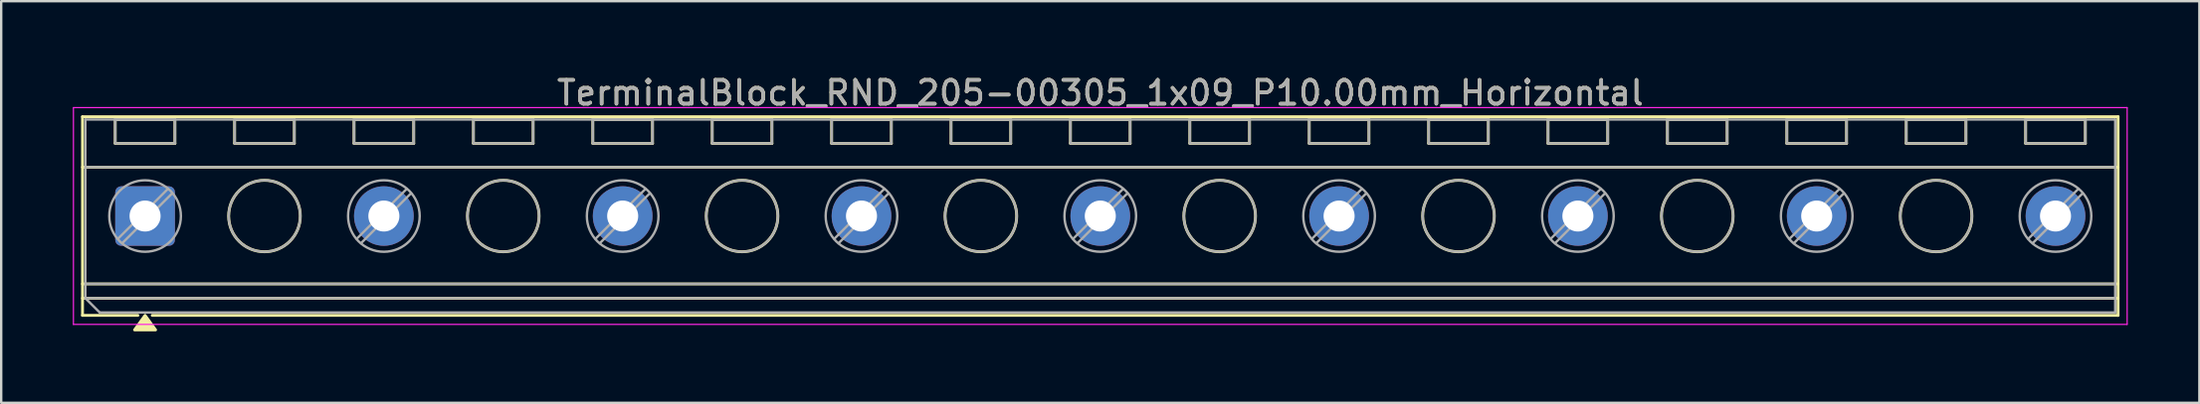
<source format=kicad_pcb>
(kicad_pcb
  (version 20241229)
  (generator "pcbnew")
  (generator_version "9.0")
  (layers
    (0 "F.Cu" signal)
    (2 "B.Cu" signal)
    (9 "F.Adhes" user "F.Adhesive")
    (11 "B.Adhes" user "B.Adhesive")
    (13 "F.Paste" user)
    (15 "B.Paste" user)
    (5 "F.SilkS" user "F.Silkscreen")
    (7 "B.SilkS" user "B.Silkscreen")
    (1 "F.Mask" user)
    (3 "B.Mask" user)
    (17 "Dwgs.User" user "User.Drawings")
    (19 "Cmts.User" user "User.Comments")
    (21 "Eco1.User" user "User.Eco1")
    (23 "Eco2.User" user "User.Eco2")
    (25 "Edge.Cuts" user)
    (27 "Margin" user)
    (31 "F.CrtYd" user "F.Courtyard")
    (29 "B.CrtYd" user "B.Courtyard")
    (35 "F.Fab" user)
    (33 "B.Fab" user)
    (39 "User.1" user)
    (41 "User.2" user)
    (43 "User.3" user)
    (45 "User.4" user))
  (footprint "TerminalBlock_RND_205-00305_1x09_P10.00mm_Horizontal"
    (layer "F.Cu")
    (at 3.025 6.018)
    (property "Reference" "TerminalBlock_RND_205-00305_1x09_P10.00mm_Horizontal" (at 40 -5.17 0) (layer "F.SilkS") (effects (font (size 1 1) (thickness 0.15))))
    (attr through_hole)
    (fp_line (start -2.62 -4.17) (end 82.62 -4.17) (stroke (width 0.12) (type solid)) (layer "F.SilkS"))
    (fp_line (start -2.62 -2.05) (end 82.62 -2.05) (stroke (width 0.12) (type solid)) (layer "F.SilkS"))
    (fp_line (start -2.62 2.85) (end 82.62 2.85) (stroke (width 0.12) (type solid)) (layer "F.SilkS"))
    (fp_line (start -2.62 3.45) (end 82.62 3.45) (stroke (width 0.12) (type solid)) (layer "F.SilkS"))
    (fp_line (start -2.62 4.17) (end -2.62 -4.17) (stroke (width 0.12) (type solid)) (layer "F.SilkS"))
    (fp_line (start -1.25 -4.05) (end 1.25 -4.05) (stroke (width 0.12) (type solid)) (layer "F.SilkS"))
    (fp_line (start -1.25 -3.05) (end -1.25 -4.05) (stroke (width 0.12) (type solid)) (layer "F.SilkS"))
    (fp_line (start -0.3 4.17) (end -2.62 4.17) (stroke (width 0.12) (type solid)) (layer "F.SilkS"))
    (fp_line (start 1.25 -4.05) (end 1.25 -3.05) (stroke (width 0.12) (type solid)) (layer "F.SilkS"))
    (fp_line (start 1.25 -3.05) (end -1.25 -3.05) (stroke (width 0.12) (type solid)) (layer "F.SilkS"))
    (fp_line (start 3.75 -4.05) (end 6.25 -4.05) (stroke (width 0.12) (type solid)) (layer "F.SilkS"))
    (fp_line (start 3.75 -3.05) (end 3.75 -4.05) (stroke (width 0.12) (type solid)) (layer "F.SilkS"))
    (fp_line (start 6.25 -4.05) (end 6.25 -3.05) (stroke (width 0.12) (type solid)) (layer "F.SilkS"))
    (fp_line (start 6.25 -3.05) (end 3.75 -3.05) (stroke (width 0.12) (type solid)) (layer "F.SilkS"))
    (fp_line (start 8.75 -4.05) (end 11.25 -4.05) (stroke (width 0.12) (type solid)) (layer "F.SilkS"))
    (fp_line (start 8.75 -3.05) (end 8.75 -4.05) (stroke (width 0.12) (type solid)) (layer "F.SilkS"))
    (fp_line (start 11.25 -4.05) (end 11.25 -3.05) (stroke (width 0.12) (type solid)) (layer "F.SilkS"))
    (fp_line (start 11.25 -3.05) (end 8.75 -3.05) (stroke (width 0.12) (type solid)) (layer "F.SilkS"))
    (fp_line (start 13.75 -4.05) (end 16.25 -4.05) (stroke (width 0.12) (type solid)) (layer "F.SilkS"))
    (fp_line (start 13.75 -3.05) (end 13.75 -4.05) (stroke (width 0.12) (type solid)) (layer "F.SilkS"))
    (fp_line (start 16.25 -4.05) (end 16.25 -3.05) (stroke (width 0.12) (type solid)) (layer "F.SilkS"))
    (fp_line (start 16.25 -3.05) (end 13.75 -3.05) (stroke (width 0.12) (type solid)) (layer "F.SilkS"))
    (fp_line (start 18.75 -4.05) (end 21.25 -4.05) (stroke (width 0.12) (type solid)) (layer "F.SilkS"))
    (fp_line (start 18.75 -3.05) (end 18.75 -4.05) (stroke (width 0.12) (type solid)) (layer "F.SilkS"))
    (fp_line (start 21.25 -4.05) (end 21.25 -3.05) (stroke (width 0.12) (type solid)) (layer "F.SilkS"))
    (fp_line (start 21.25 -3.05) (end 18.75 -3.05) (stroke (width 0.12) (type solid)) (layer "F.SilkS"))
    (fp_line (start 23.75 -4.05) (end 26.25 -4.05) (stroke (width 0.12) (type solid)) (layer "F.SilkS"))
    (fp_line (start 23.75 -3.05) (end 23.75 -4.05) (stroke (width 0.12) (type solid)) (layer "F.SilkS"))
    (fp_line (start 26.25 -4.05) (end 26.25 -3.05) (stroke (width 0.12) (type solid)) (layer "F.SilkS"))
    (fp_line (start 26.25 -3.05) (end 23.75 -3.05) (stroke (width 0.12) (type solid)) (layer "F.SilkS"))
    (fp_line (start 28.75 -4.05) (end 31.25 -4.05) (stroke (width 0.12) (type solid)) (layer "F.SilkS"))
    (fp_line (start 28.75 -3.05) (end 28.75 -4.05) (stroke (width 0.12) (type solid)) (layer "F.SilkS"))
    (fp_line (start 31.25 -4.05) (end 31.25 -3.05) (stroke (width 0.12) (type solid)) (layer "F.SilkS"))
    (fp_line (start 31.25 -3.05) (end 28.75 -3.05) (stroke (width 0.12) (type solid)) (layer "F.SilkS"))
    (fp_line (start 33.75 -4.05) (end 36.25 -4.05) (stroke (width 0.12) (type solid)) (layer "F.SilkS"))
    (fp_line (start 33.75 -3.05) (end 33.75 -4.05) (stroke (width 0.12) (type solid)) (layer "F.SilkS"))
    (fp_line (start 36.25 -4.05) (end 36.25 -3.05) (stroke (width 0.12) (type solid)) (layer "F.SilkS"))
    (fp_line (start 36.25 -3.05) (end 33.75 -3.05) (stroke (width 0.12) (type solid)) (layer "F.SilkS"))
    (fp_line (start 38.75 -4.05) (end 41.25 -4.05) (stroke (width 0.12) (type solid)) (layer "F.SilkS"))
    (fp_line (start 38.75 -3.05) (end 38.75 -4.05) (stroke (width 0.12) (type solid)) (layer "F.SilkS"))
    (fp_line (start 41.25 -4.05) (end 41.25 -3.05) (stroke (width 0.12) (type solid)) (layer "F.SilkS"))
    (fp_line (start 41.25 -3.05) (end 38.75 -3.05) (stroke (width 0.12) (type solid)) (layer "F.SilkS"))
    (fp_line (start 43.75 -4.05) (end 46.25 -4.05) (stroke (width 0.12) (type solid)) (layer "F.SilkS"))
    (fp_line (start 43.75 -3.05) (end 43.75 -4.05) (stroke (width 0.12) (type solid)) (layer "F.SilkS"))
    (fp_line (start 46.25 -4.05) (end 46.25 -3.05) (stroke (width 0.12) (type solid)) (layer "F.SilkS"))
    (fp_line (start 46.25 -3.05) (end 43.75 -3.05) (stroke (width 0.12) (type solid)) (layer "F.SilkS"))
    (fp_line (start 48.75 -4.05) (end 51.25 -4.05) (stroke (width 0.12) (type solid)) (layer "F.SilkS"))
    (fp_line (start 48.75 -3.05) (end 48.75 -4.05) (stroke (width 0.12) (type solid)) (layer "F.SilkS"))
    (fp_line (start 51.25 -4.05) (end 51.25 -3.05) (stroke (width 0.12) (type solid)) (layer "F.SilkS"))
    (fp_line (start 51.25 -3.05) (end 48.75 -3.05) (stroke (width 0.12) (type solid)) (layer "F.SilkS"))
    (fp_line (start 53.75 -4.05) (end 56.25 -4.05) (stroke (width 0.12) (type solid)) (layer "F.SilkS"))
    (fp_line (start 53.75 -3.05) (end 53.75 -4.05) (stroke (width 0.12) (type solid)) (layer "F.SilkS"))
    (fp_line (start 56.25 -4.05) (end 56.25 -3.05) (stroke (width 0.12) (type solid)) (layer "F.SilkS"))
    (fp_line (start 56.25 -3.05) (end 53.75 -3.05) (stroke (width 0.12) (type solid)) (layer "F.SilkS"))
    (fp_line (start 58.75 -4.05) (end 61.25 -4.05) (stroke (width 0.12) (type solid)) (layer "F.SilkS"))
    (fp_line (start 58.75 -3.05) (end 58.75 -4.05) (stroke (width 0.12) (type solid)) (layer "F.SilkS"))
    (fp_line (start 61.25 -4.05) (end 61.25 -3.05) (stroke (width 0.12) (type solid)) (layer "F.SilkS"))
    (fp_line (start 61.25 -3.05) (end 58.75 -3.05) (stroke (width 0.12) (type solid)) (layer "F.SilkS"))
    (fp_line (start 63.75 -4.05) (end 66.25 -4.05) (stroke (width 0.12) (type solid)) (layer "F.SilkS"))
    (fp_line (start 63.75 -3.05) (end 63.75 -4.05) (stroke (width 0.12) (type solid)) (layer "F.SilkS"))
    (fp_line (start 66.25 -4.05) (end 66.25 -3.05) (stroke (width 0.12) (type solid)) (layer "F.SilkS"))
    (fp_line (start 66.25 -3.05) (end 63.75 -3.05) (stroke (width 0.12) (type solid)) (layer "F.SilkS"))
    (fp_line (start 68.75 -4.05) (end 71.25 -4.05) (stroke (width 0.12) (type solid)) (layer "F.SilkS"))
    (fp_line (start 68.75 -3.05) (end 68.75 -4.05) (stroke (width 0.12) (type solid)) (layer "F.SilkS"))
    (fp_line (start 71.25 -4.05) (end 71.25 -3.05) (stroke (width 0.12) (type solid)) (layer "F.SilkS"))
    (fp_line (start 71.25 -3.05) (end 68.75 -3.05) (stroke (width 0.12) (type solid)) (layer "F.SilkS"))
    (fp_line (start 73.75 -4.05) (end 76.25 -4.05) (stroke (width 0.12) (type solid)) (layer "F.SilkS"))
    (fp_line (start 73.75 -3.05) (end 73.75 -4.05) (stroke (width 0.12) (type solid)) (layer "F.SilkS"))
    (fp_line (start 76.25 -4.05) (end 76.25 -3.05) (stroke (width 0.12) (type solid)) (layer "F.SilkS"))
    (fp_line (start 76.25 -3.05) (end 73.75 -3.05) (stroke (width 0.12) (type solid)) (layer "F.SilkS"))
    (fp_line (start 78.75 -4.05) (end 81.25 -4.05) (stroke (width 0.12) (type solid)) (layer "F.SilkS"))
    (fp_line (start 78.75 -3.05) (end 78.75 -4.05) (stroke (width 0.12) (type solid)) (layer "F.SilkS"))
    (fp_line (start 81.25 -4.05) (end 81.25 -3.05) (stroke (width 0.12) (type solid)) (layer "F.SilkS"))
    (fp_line (start 81.25 -3.05) (end 78.75 -3.05) (stroke (width 0.12) (type solid)) (layer "F.SilkS"))
    (fp_line (start 82.62 -4.17) (end 82.62 4.17) (stroke (width 0.12) (type solid)) (layer "F.SilkS"))
    (fp_line (start 82.62 4.17) (end 0.3 4.17) (stroke (width 0.12) (type solid)) (layer "F.SilkS"))
    (fp_circle (center 5 0) (end 6.5 0) (stroke (width 0.12) (type solid)) (fill no) (layer "F.SilkS"))
    (fp_circle (center 15 0) (end 16.5 0) (stroke (width 0.12) (type solid)) (fill no) (layer "F.SilkS"))
    (fp_circle (center 25 0) (end 26.5 0) (stroke (width 0.12) (type solid)) (fill no) (layer "F.SilkS"))
    (fp_circle (center 35 0) (end 36.5 0) (stroke (width 0.12) (type solid)) (fill no) (layer "F.SilkS"))
    (fp_circle (center 45 0) (end 46.5 0) (stroke (width 0.12) (type solid)) (fill no) (layer "F.SilkS"))
    (fp_circle (center 55 0) (end 56.5 0) (stroke (width 0.12) (type solid)) (fill no) (layer "F.SilkS"))
    (fp_circle (center 65 0) (end 66.5 0) (stroke (width 0.12) (type solid)) (fill no) (layer "F.SilkS"))
    (fp_circle (center 75 0) (end 76.5 0) (stroke (width 0.12) (type solid)) (fill no) (layer "F.SilkS"))
    (fp_poly (pts (xy 0 4.17) (xy 0.44 4.78) (xy -0.44 4.78)) (stroke (width 0.12) (type solid)) (fill yes) (layer "F.SilkS"))
    (fp_line (start -3 -4.55) (end -3 4.55) (stroke (width 0.05) (type solid)) (layer "F.CrtYd"))
    (fp_line (start -3 4.55) (end 83 4.55) (stroke (width 0.05) (type solid)) (layer "F.CrtYd"))
    (fp_line (start 83 -4.55) (end -3 -4.55) (stroke (width 0.05) (type solid)) (layer "F.CrtYd"))
    (fp_line (start 83 4.55) (end 83 -4.55) (stroke (width 0.05) (type solid)) (layer "F.CrtYd"))
    (fp_line (start -2.5 -4.05) (end 82.5 -4.05) (stroke (width 0.1) (type solid)) (layer "F.Fab"))
    (fp_line (start -2.5 -2.05) (end 82.5 -2.05) (stroke (width 0.1) (type solid)) (layer "F.Fab"))
    (fp_line (start -2.5 2.85) (end 82.5 2.85) (stroke (width 0.1) (type solid)) (layer "F.Fab"))
    (fp_line (start -2.5 3.45) (end -2.5 -4.05) (stroke (width 0.1) (type solid)) (layer "F.Fab"))
    (fp_line (start -2.5 3.45) (end 82.5 3.45) (stroke (width 0.1) (type solid)) (layer "F.Fab"))
    (fp_line (start -1.9 4.05) (end -2.5 3.45) (stroke (width 0.1) (type solid)) (layer "F.Fab"))
    (fp_line (start -1.25 -4.05) (end -1.25 -3.05) (stroke (width 0.1) (type solid)) (layer "F.Fab"))
    (fp_line (start -1.25 -3.05) (end 1.25 -3.05) (stroke (width 0.1) (type solid)) (layer "F.Fab"))
    (fp_line (start 0.955 -1.138) (end -1.138 0.955) (stroke (width 0.1) (type solid)) (layer "F.Fab"))
    (fp_line (start 1.138 -0.955) (end -0.955 1.138) (stroke (width 0.1) (type solid)) (layer "F.Fab"))
    (fp_line (start 1.25 -4.05) (end -1.25 -4.05) (stroke (width 0.1) (type solid)) (layer "F.Fab"))
    (fp_line (start 1.25 -3.05) (end 1.25 -4.05) (stroke (width 0.1) (type solid)) (layer "F.Fab"))
    (fp_line (start 3.75 -4.05) (end 3.75 -3.05) (stroke (width 0.1) (type solid)) (layer "F.Fab"))
    (fp_line (start 3.75 -3.05) (end 6.25 -3.05) (stroke (width 0.1) (type solid)) (layer "F.Fab"))
    (fp_line (start 6.25 -4.05) (end 3.75 -4.05) (stroke (width 0.1) (type solid)) (layer "F.Fab"))
    (fp_line (start 6.25 -3.05) (end 6.25 -4.05) (stroke (width 0.1) (type solid)) (layer "F.Fab"))
    (fp_line (start 8.75 -4.05) (end 8.75 -3.05) (stroke (width 0.1) (type solid)) (layer "F.Fab"))
    (fp_line (start 8.75 -3.05) (end 11.25 -3.05) (stroke (width 0.1) (type solid)) (layer "F.Fab"))
    (fp_line (start 10.955 -1.138) (end 8.862 0.955) (stroke (width 0.1) (type solid)) (layer "F.Fab"))
    (fp_line (start 11.138 -0.955) (end 9.045 1.138) (stroke (width 0.1) (type solid)) (layer "F.Fab"))
    (fp_line (start 11.25 -4.05) (end 8.75 -4.05) (stroke (width 0.1) (type solid)) (layer "F.Fab"))
    (fp_line (start 11.25 -3.05) (end 11.25 -4.05) (stroke (width 0.1) (type solid)) (layer "F.Fab"))
    (fp_line (start 13.75 -4.05) (end 13.75 -3.05) (stroke (width 0.1) (type solid)) (layer "F.Fab"))
    (fp_line (start 13.75 -3.05) (end 16.25 -3.05) (stroke (width 0.1) (type solid)) (layer "F.Fab"))
    (fp_line (start 16.25 -4.05) (end 13.75 -4.05) (stroke (width 0.1) (type solid)) (layer "F.Fab"))
    (fp_line (start 16.25 -3.05) (end 16.25 -4.05) (stroke (width 0.1) (type solid)) (layer "F.Fab"))
    (fp_line (start 18.75 -4.05) (end 18.75 -3.05) (stroke (width 0.1) (type solid)) (layer "F.Fab"))
    (fp_line (start 18.75 -3.05) (end 21.25 -3.05) (stroke (width 0.1) (type solid)) (layer "F.Fab"))
    (fp_line (start 20.955 -1.138) (end 18.862 0.955) (stroke (width 0.1) (type solid)) (layer "F.Fab"))
    (fp_line (start 21.138 -0.955) (end 19.045 1.138) (stroke (width 0.1) (type solid)) (layer "F.Fab"))
    (fp_line (start 21.25 -4.05) (end 18.75 -4.05) (stroke (width 0.1) (type solid)) (layer "F.Fab"))
    (fp_line (start 21.25 -3.05) (end 21.25 -4.05) (stroke (width 0.1) (type solid)) (layer "F.Fab"))
    (fp_line (start 23.75 -4.05) (end 23.75 -3.05) (stroke (width 0.1) (type solid)) (layer "F.Fab"))
    (fp_line (start 23.75 -3.05) (end 26.25 -3.05) (stroke (width 0.1) (type solid)) (layer "F.Fab"))
    (fp_line (start 26.25 -4.05) (end 23.75 -4.05) (stroke (width 0.1) (type solid)) (layer "F.Fab"))
    (fp_line (start 26.25 -3.05) (end 26.25 -4.05) (stroke (width 0.1) (type solid)) (layer "F.Fab"))
    (fp_line (start 28.75 -4.05) (end 28.75 -3.05) (stroke (width 0.1) (type solid)) (layer "F.Fab"))
    (fp_line (start 28.75 -3.05) (end 31.25 -3.05) (stroke (width 0.1) (type solid)) (layer "F.Fab"))
    (fp_line (start 30.955 -1.138) (end 28.862 0.955) (stroke (width 0.1) (type solid)) (layer "F.Fab"))
    (fp_line (start 31.138 -0.955) (end 29.045 1.138) (stroke (width 0.1) (type solid)) (layer "F.Fab"))
    (fp_line (start 31.25 -4.05) (end 28.75 -4.05) (stroke (width 0.1) (type solid)) (layer "F.Fab"))
    (fp_line (start 31.25 -3.05) (end 31.25 -4.05) (stroke (width 0.1) (type solid)) (layer "F.Fab"))
    (fp_line (start 33.75 -4.05) (end 33.75 -3.05) (stroke (width 0.1) (type solid)) (layer "F.Fab"))
    (fp_line (start 33.75 -3.05) (end 36.25 -3.05) (stroke (width 0.1) (type solid)) (layer "F.Fab"))
    (fp_line (start 36.25 -4.05) (end 33.75 -4.05) (stroke (width 0.1) (type solid)) (layer "F.Fab"))
    (fp_line (start 36.25 -3.05) (end 36.25 -4.05) (stroke (width 0.1) (type solid)) (layer "F.Fab"))
    (fp_line (start 38.75 -4.05) (end 38.75 -3.05) (stroke (width 0.1) (type solid)) (layer "F.Fab"))
    (fp_line (start 38.75 -3.05) (end 41.25 -3.05) (stroke (width 0.1) (type solid)) (layer "F.Fab"))
    (fp_line (start 40.955 -1.138) (end 38.862 0.955) (stroke (width 0.1) (type solid)) (layer "F.Fab"))
    (fp_line (start 41.138 -0.955) (end 39.045 1.138) (stroke (width 0.1) (type solid)) (layer "F.Fab"))
    (fp_line (start 41.25 -4.05) (end 38.75 -4.05) (stroke (width 0.1) (type solid)) (layer "F.Fab"))
    (fp_line (start 41.25 -3.05) (end 41.25 -4.05) (stroke (width 0.1) (type solid)) (layer "F.Fab"))
    (fp_line (start 43.75 -4.05) (end 43.75 -3.05) (stroke (width 0.1) (type solid)) (layer "F.Fab"))
    (fp_line (start 43.75 -3.05) (end 46.25 -3.05) (stroke (width 0.1) (type solid)) (layer "F.Fab"))
    (fp_line (start 46.25 -4.05) (end 43.75 -4.05) (stroke (width 0.1) (type solid)) (layer "F.Fab"))
    (fp_line (start 46.25 -3.05) (end 46.25 -4.05) (stroke (width 0.1) (type solid)) (layer "F.Fab"))
    (fp_line (start 48.75 -4.05) (end 48.75 -3.05) (stroke (width 0.1) (type solid)) (layer "F.Fab"))
    (fp_line (start 48.75 -3.05) (end 51.25 -3.05) (stroke (width 0.1) (type solid)) (layer "F.Fab"))
    (fp_line (start 50.955 -1.138) (end 48.862 0.955) (stroke (width 0.1) (type solid)) (layer "F.Fab"))
    (fp_line (start 51.138 -0.955) (end 49.045 1.138) (stroke (width 0.1) (type solid)) (layer "F.Fab"))
    (fp_line (start 51.25 -4.05) (end 48.75 -4.05) (stroke (width 0.1) (type solid)) (layer "F.Fab"))
    (fp_line (start 51.25 -3.05) (end 51.25 -4.05) (stroke (width 0.1) (type solid)) (layer "F.Fab"))
    (fp_line (start 53.75 -4.05) (end 53.75 -3.05) (stroke (width 0.1) (type solid)) (layer "F.Fab"))
    (fp_line (start 53.75 -3.05) (end 56.25 -3.05) (stroke (width 0.1) (type solid)) (layer "F.Fab"))
    (fp_line (start 56.25 -4.05) (end 53.75 -4.05) (stroke (width 0.1) (type solid)) (layer "F.Fab"))
    (fp_line (start 56.25 -3.05) (end 56.25 -4.05) (stroke (width 0.1) (type solid)) (layer "F.Fab"))
    (fp_line (start 58.75 -4.05) (end 58.75 -3.05) (stroke (width 0.1) (type solid)) (layer "F.Fab"))
    (fp_line (start 58.75 -3.05) (end 61.25 -3.05) (stroke (width 0.1) (type solid)) (layer "F.Fab"))
    (fp_line (start 60.955 -1.138) (end 58.862 0.955) (stroke (width 0.1) (type solid)) (layer "F.Fab"))
    (fp_line (start 61.138 -0.955) (end 59.045 1.138) (stroke (width 0.1) (type solid)) (layer "F.Fab"))
    (fp_line (start 61.25 -4.05) (end 58.75 -4.05) (stroke (width 0.1) (type solid)) (layer "F.Fab"))
    (fp_line (start 61.25 -3.05) (end 61.25 -4.05) (stroke (width 0.1) (type solid)) (layer "F.Fab"))
    (fp_line (start 63.75 -4.05) (end 63.75 -3.05) (stroke (width 0.1) (type solid)) (layer "F.Fab"))
    (fp_line (start 63.75 -3.05) (end 66.25 -3.05) (stroke (width 0.1) (type solid)) (layer "F.Fab"))
    (fp_line (start 66.25 -4.05) (end 63.75 -4.05) (stroke (width 0.1) (type solid)) (layer "F.Fab"))
    (fp_line (start 66.25 -3.05) (end 66.25 -4.05) (stroke (width 0.1) (type solid)) (layer "F.Fab"))
    (fp_line (start 68.75 -4.05) (end 68.75 -3.05) (stroke (width 0.1) (type solid)) (layer "F.Fab"))
    (fp_line (start 68.75 -3.05) (end 71.25 -3.05) (stroke (width 0.1) (type solid)) (layer "F.Fab"))
    (fp_line (start 70.955 -1.138) (end 68.862 0.955) (stroke (width 0.1) (type solid)) (layer "F.Fab"))
    (fp_line (start 71.138 -0.955) (end 69.045 1.138) (stroke (width 0.1) (type solid)) (layer "F.Fab"))
    (fp_line (start 71.25 -4.05) (end 68.75 -4.05) (stroke (width 0.1) (type solid)) (layer "F.Fab"))
    (fp_line (start 71.25 -3.05) (end 71.25 -4.05) (stroke (width 0.1) (type solid)) (layer "F.Fab"))
    (fp_line (start 73.75 -4.05) (end 73.75 -3.05) (stroke (width 0.1) (type solid)) (layer "F.Fab"))
    (fp_line (start 73.75 -3.05) (end 76.25 -3.05) (stroke (width 0.1) (type solid)) (layer "F.Fab"))
    (fp_line (start 76.25 -4.05) (end 73.75 -4.05) (stroke (width 0.1) (type solid)) (layer "F.Fab"))
    (fp_line (start 76.25 -3.05) (end 76.25 -4.05) (stroke (width 0.1) (type solid)) (layer "F.Fab"))
    (fp_line (start 78.75 -4.05) (end 78.75 -3.05) (stroke (width 0.1) (type solid)) (layer "F.Fab"))
    (fp_line (start 78.75 -3.05) (end 81.25 -3.05) (stroke (width 0.1) (type solid)) (layer "F.Fab"))
    (fp_line (start 80.955 -1.138) (end 78.862 0.955) (stroke (width 0.1) (type solid)) (layer "F.Fab"))
    (fp_line (start 81.138 -0.955) (end 79.045 1.138) (stroke (width 0.1) (type solid)) (layer "F.Fab"))
    (fp_line (start 81.25 -4.05) (end 78.75 -4.05) (stroke (width 0.1) (type solid)) (layer "F.Fab"))
    (fp_line (start 81.25 -3.05) (end 81.25 -4.05) (stroke (width 0.1) (type solid)) (layer "F.Fab"))
    (fp_line (start 82.5 -4.05) (end 82.5 4.05) (stroke (width 0.1) (type solid)) (layer "F.Fab"))
    (fp_line (start 82.5 4.05) (end -1.9 4.05) (stroke (width 0.1) (type solid)) (layer "F.Fab"))
    (fp_circle (center 0 0) (end 1.5 0) (stroke (width 0.1) (type solid)) (fill no) (layer "F.Fab"))
    (fp_circle (center 5 0) (end 6.5 0) (stroke (width 0.1) (type solid)) (fill no) (layer "F.Fab"))
    (fp_circle (center 10 0) (end 11.5 0) (stroke (width 0.1) (type solid)) (fill no) (layer "F.Fab"))
    (fp_circle (center 15 0) (end 16.5 0) (stroke (width 0.1) (type solid)) (fill no) (layer "F.Fab"))
    (fp_circle (center 20 0) (end 21.5 0) (stroke (width 0.1) (type solid)) (fill no) (layer "F.Fab"))
    (fp_circle (center 25 0) (end 26.5 0) (stroke (width 0.1) (type solid)) (fill no) (layer "F.Fab"))
    (fp_circle (center 30 0) (end 31.5 0) (stroke (width 0.1) (type solid)) (fill no) (layer "F.Fab"))
    (fp_circle (center 35 0) (end 36.5 0) (stroke (width 0.1) (type solid)) (fill no) (layer "F.Fab"))
    (fp_circle (center 40 0) (end 41.5 0) (stroke (width 0.1) (type solid)) (fill no) (layer "F.Fab"))
    (fp_circle (center 45 0) (end 46.5 0) (stroke (width 0.1) (type solid)) (fill no) (layer "F.Fab"))
    (fp_circle (center 50 0) (end 51.5 0) (stroke (width 0.1) (type solid)) (fill no) (layer "F.Fab"))
    (fp_circle (center 55 0) (end 56.5 0) (stroke (width 0.1) (type solid)) (fill no) (layer "F.Fab"))
    (fp_circle (center 60 0) (end 61.5 0) (stroke (width 0.1) (type solid)) (fill no) (layer "F.Fab"))
    (fp_circle (center 65 0) (end 66.5 0) (stroke (width 0.1) (type solid)) (fill no) (layer "F.Fab"))
    (fp_circle (center 70 0) (end 71.5 0) (stroke (width 0.1) (type solid)) (fill no) (layer "F.Fab"))
    (fp_circle (center 75 0) (end 76.5 0) (stroke (width 0.1) (type solid)) (fill no) (layer "F.Fab"))
    (fp_circle (center 80 0) (end 81.5 0) (stroke (width 0.1) (type solid)) (fill no) (layer "F.Fab"))
    (fp_text user "${REFERENCE}" (at 40 -5.17 0) (layer "F.Fab") (effects (font (size 1 1) (thickness 0.15))))
    (pad "1" thru_hole roundrect (at 0 0) (size 2.5 2.5) (drill 1.3) (layers "*.Cu" "*.Mask") (roundrect_rratio 0.1))
    (pad "2" thru_hole circle (at 10 0) (size 2.5 2.5) (drill 1.3) (layers "*.Cu" "*.Mask"))
    (pad "3" thru_hole circle (at 20 0) (size 2.5 2.5) (drill 1.3) (layers "*.Cu" "*.Mask"))
    (pad "4" thru_hole circle (at 30 0) (size 2.5 2.5) (drill 1.3) (layers "*.Cu" "*.Mask"))
    (pad "5" thru_hole circle (at 40 0) (size 2.5 2.5) (drill 1.3) (layers "*.Cu" "*.Mask"))
    (pad "6" thru_hole circle (at 50 0) (size 2.5 2.5) (drill 1.3) (layers "*.Cu" "*.Mask"))
    (pad "7" thru_hole circle (at 60 0) (size 2.5 2.5) (drill 1.3) (layers "*.Cu" "*.Mask"))
    (pad "8" thru_hole circle (at 70 0) (size 2.5 2.5) (drill 1.3) (layers "*.Cu" "*.Mask"))
    (pad "9" thru_hole circle (at 80 0) (size 2.5 2.5) (drill 1.3) (layers "*.Cu" "*.Mask")))
  (gr_rect
    (start -3 -3)
    (end 89.05 13.858)
    (stroke (width 0.1) (type default))
    (fill no)
    (layer "Edge.Cuts")))
</source>
